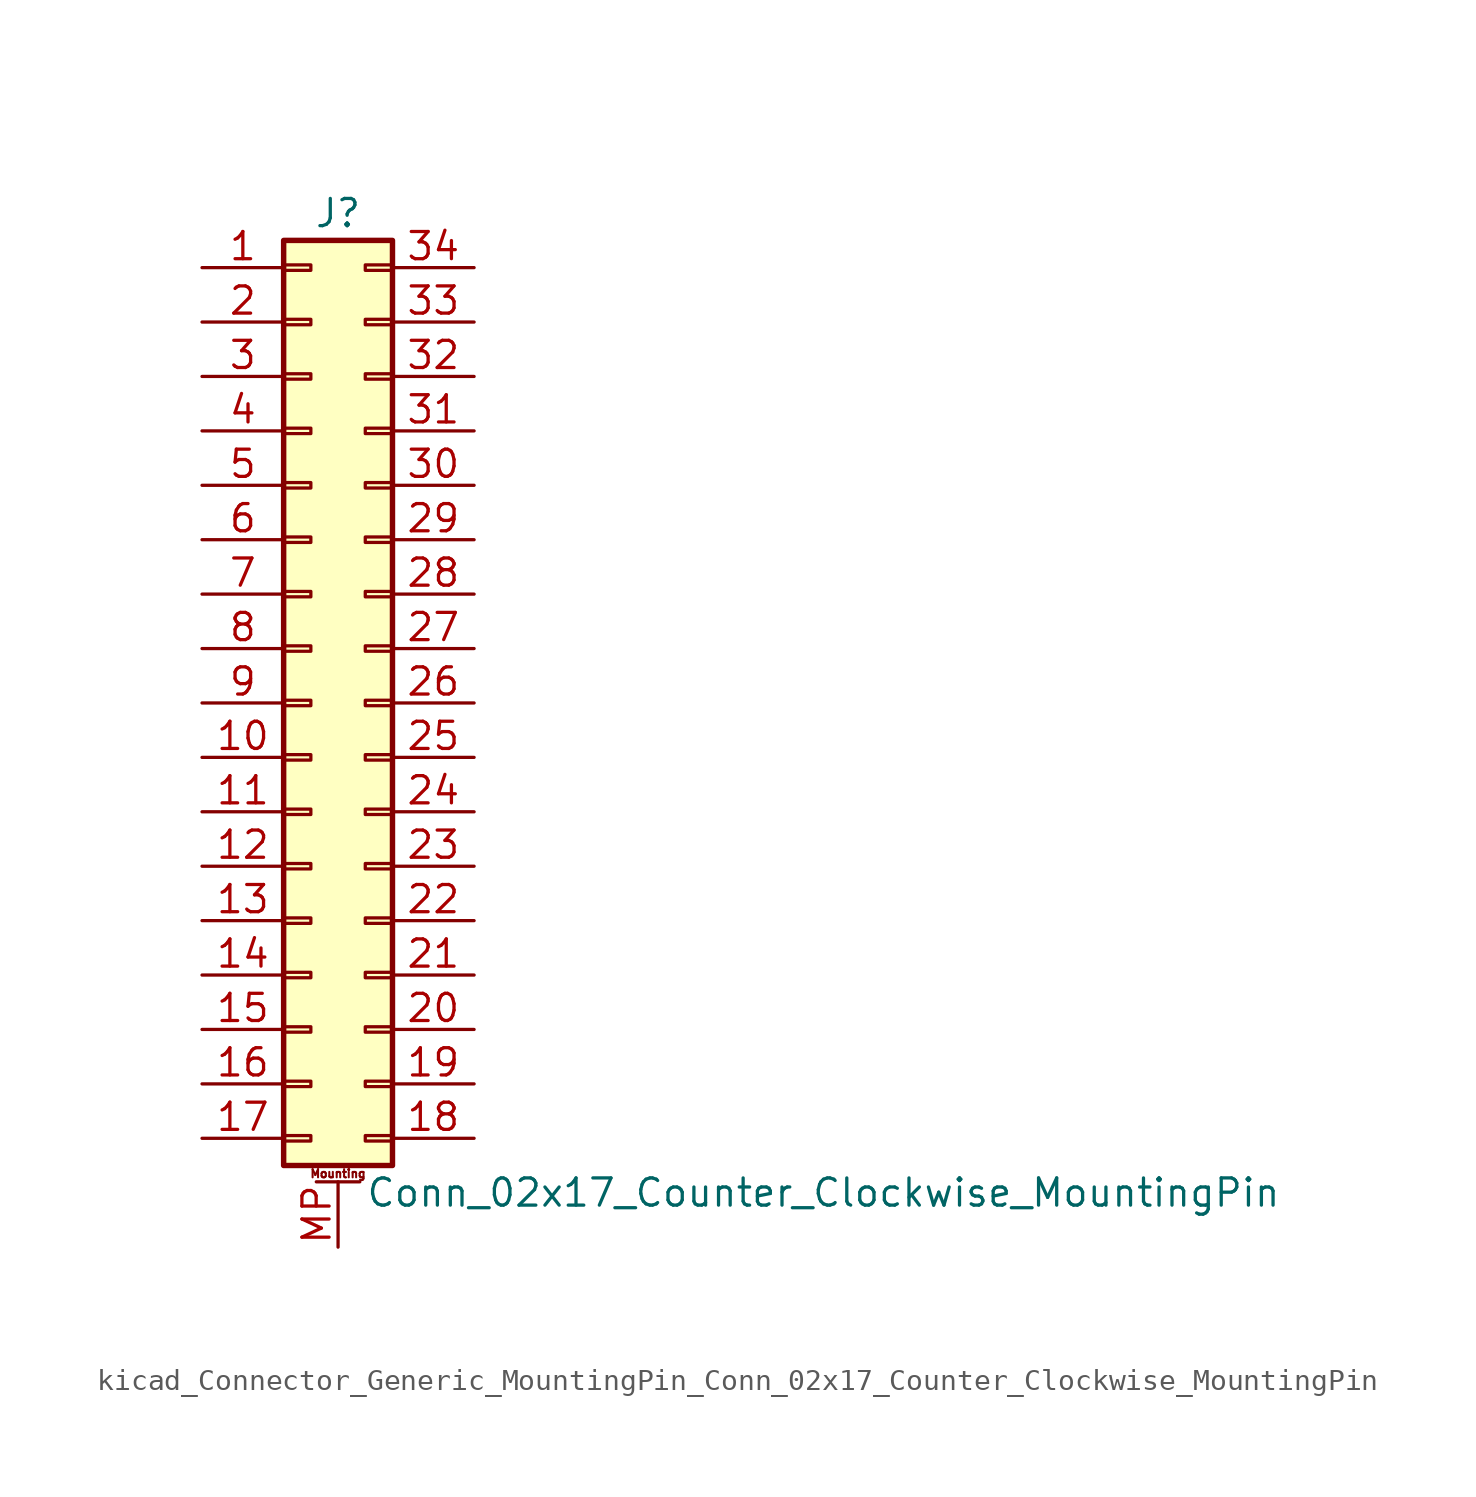
<source format=kicad_sym>
(kicad_symbol_lib
  (version 20220914)
  (generator kicad_symbol_editor)
  (symbol "kicad_Connector_Generic_MountingPin_Conn_02x17_Counter_Clockwise_MountingPin"
    (pin_names
      (offset 1.016) hide)
    (property "Reference" "J"
      (at 1.27 22.86 0)
      (effects (font (size 1.27 1.27))))
    (property "Value" "Conn_02x17_Counter_Clockwise_MountingPin"
      (at 2.54 -22.86 0)
      (effects (font (size 1.27 1.27)) (justify left)))
    (symbol "kicad_Connector_Generic_MountingPin_Conn_02x17_Counter_Clockwise_MountingPin_1_1"
      (rectangle (start -1.27 -20.193) (end 0 -20.447) (stroke (width 0.152) (type default)) (fill (type none)))
      (rectangle (start -1.27 -17.653) (end 0 -17.907) (stroke (width 0.152) (type default)) (fill (type none)))
      (rectangle (start -1.27 -15.113) (end 0 -15.367) (stroke (width 0.152) (type default)) (fill (type none)))
      (rectangle (start -1.27 -12.573) (end 0 -12.827) (stroke (width 0.152) (type default)) (fill (type none)))
      (rectangle (start -1.27 -10.033) (end 0 -10.287) (stroke (width 0.152) (type default)) (fill (type none)))
      (rectangle (start -1.27 -7.493) (end 0 -7.747) (stroke (width 0.152) (type default)) (fill (type none)))
      (rectangle (start -1.27 -4.953) (end 0 -5.207) (stroke (width 0.152) (type default)) (fill (type none)))
      (rectangle (start -1.27 -2.413) (end 0 -2.667) (stroke (width 0.152) (type default)) (fill (type none)))
      (rectangle (start -1.27 0.127) (end 0 -0.127) (stroke (width 0.152) (type default)) (fill (type none)))
      (rectangle (start -1.27 2.667) (end 0 2.413) (stroke (width 0.152) (type default)) (fill (type none)))
      (rectangle (start -1.27 5.207) (end 0 4.953) (stroke (width 0.152) (type default)) (fill (type none)))
      (rectangle (start -1.27 7.747) (end 0 7.493) (stroke (width 0.152) (type default)) (fill (type none)))
      (rectangle (start -1.27 10.287) (end 0 10.033) (stroke (width 0.152) (type default)) (fill (type none)))
      (rectangle (start -1.27 12.827) (end 0 12.573) (stroke (width 0.152) (type default)) (fill (type none)))
      (rectangle (start -1.27 15.367) (end 0 15.113) (stroke (width 0.152) (type default)) (fill (type none)))
      (rectangle (start -1.27 17.907) (end 0 17.653) (stroke (width 0.152) (type default)) (fill (type none)))
      (rectangle (start -1.27 20.447) (end 0 20.193) (stroke (width 0.152) (type default)) (fill (type none)))
      (rectangle (start -1.27 21.59) (end 3.81 -21.59) (stroke (width 0.254) (type default)) (fill (type background)))
      (polyline (pts (xy 0.254 -22.352) (xy 2.286 -22.352)) (stroke (width 0.152) (type default)) (fill (type none)))
      (rectangle (start 3.81 -20.193) (end 2.54 -20.447) (stroke (width 0.152) (type default)) (fill (type none)))
      (rectangle (start 3.81 -17.653) (end 2.54 -17.907) (stroke (width 0.152) (type default)) (fill (type none)))
      (rectangle (start 3.81 -15.113) (end 2.54 -15.367) (stroke (width 0.152) (type default)) (fill (type none)))
      (rectangle (start 3.81 -12.573) (end 2.54 -12.827) (stroke (width 0.152) (type default)) (fill (type none)))
      (rectangle (start 3.81 -10.033) (end 2.54 -10.287) (stroke (width 0.152) (type default)) (fill (type none)))
      (rectangle (start 3.81 -7.493) (end 2.54 -7.747) (stroke (width 0.152) (type default)) (fill (type none)))
      (rectangle (start 3.81 -4.953) (end 2.54 -5.207) (stroke (width 0.152) (type default)) (fill (type none)))
      (rectangle (start 3.81 -2.413) (end 2.54 -2.667) (stroke (width 0.152) (type default)) (fill (type none)))
      (rectangle (start 3.81 0.127) (end 2.54 -0.127) (stroke (width 0.152) (type default)) (fill (type none)))
      (rectangle (start 3.81 2.667) (end 2.54 2.413) (stroke (width 0.152) (type default)) (fill (type none)))
      (rectangle (start 3.81 5.207) (end 2.54 4.953) (stroke (width 0.152) (type default)) (fill (type none)))
      (rectangle (start 3.81 7.747) (end 2.54 7.493) (stroke (width 0.152) (type default)) (fill (type none)))
      (rectangle (start 3.81 10.287) (end 2.54 10.033) (stroke (width 0.152) (type default)) (fill (type none)))
      (rectangle (start 3.81 12.827) (end 2.54 12.573) (stroke (width 0.152) (type default)) (fill (type none)))
      (rectangle (start 3.81 15.367) (end 2.54 15.113) (stroke (width 0.152) (type default)) (fill (type none)))
      (rectangle (start 3.81 17.907) (end 2.54 17.653) (stroke (width 0.152) (type default)) (fill (type none)))
      (rectangle (start 3.81 20.447) (end 2.54 20.193) (stroke (width 0.152) (type default)) (fill (type none)))
      (text "Mounting" (at 1.27 -21.971 0) (effects (font (size 0.381 0.381))))
      (pin passive line (at -5.08 20.32 0) (length 3.81) (name "Pin_1" (effects (font (size 1.27 1.27)))) (number "1" (effects (font (size 1.27 1.27)))))
      (pin passive line (at -5.08 -2.54 0) (length 3.81) (name "Pin_10" (effects (font (size 1.27 1.27)))) (number "10" (effects (font (size 1.27 1.27)))))
      (pin passive line (at -5.08 -5.08 0) (length 3.81) (name "Pin_11" (effects (font (size 1.27 1.27)))) (number "11" (effects (font (size 1.27 1.27)))))
      (pin passive line (at -5.08 -7.62 0) (length 3.81) (name "Pin_12" (effects (font (size 1.27 1.27)))) (number "12" (effects (font (size 1.27 1.27)))))
      (pin passive line (at -5.08 -10.16 0) (length 3.81) (name "Pin_13" (effects (font (size 1.27 1.27)))) (number "13" (effects (font (size 1.27 1.27)))))
      (pin passive line (at -5.08 -12.7 0) (length 3.81) (name "Pin_14" (effects (font (size 1.27 1.27)))) (number "14" (effects (font (size 1.27 1.27)))))
      (pin passive line (at -5.08 -15.24 0) (length 3.81) (name "Pin_15" (effects (font (size 1.27 1.27)))) (number "15" (effects (font (size 1.27 1.27)))))
      (pin passive line (at -5.08 -17.78 0) (length 3.81) (name "Pin_16" (effects (font (size 1.27 1.27)))) (number "16" (effects (font (size 1.27 1.27)))))
      (pin passive line (at -5.08 -20.32 0) (length 3.81) (name "Pin_17" (effects (font (size 1.27 1.27)))) (number "17" (effects (font (size 1.27 1.27)))))
      (pin passive line (at 7.62 -20.32 180) (length 3.81) (name "Pin_18" (effects (font (size 1.27 1.27)))) (number "18" (effects (font (size 1.27 1.27)))))
      (pin passive line (at 7.62 -17.78 180) (length 3.81) (name "Pin_19" (effects (font (size 1.27 1.27)))) (number "19" (effects (font (size 1.27 1.27)))))
      (pin passive line (at -5.08 17.78 0) (length 3.81) (name "Pin_2" (effects (font (size 1.27 1.27)))) (number "2" (effects (font (size 1.27 1.27)))))
      (pin passive line (at 7.62 -15.24 180) (length 3.81) (name "Pin_20" (effects (font (size 1.27 1.27)))) (number "20" (effects (font (size 1.27 1.27)))))
      (pin passive line (at 7.62 -12.7 180) (length 3.81) (name "Pin_21" (effects (font (size 1.27 1.27)))) (number "21" (effects (font (size 1.27 1.27)))))
      (pin passive line (at 7.62 -10.16 180) (length 3.81) (name "Pin_22" (effects (font (size 1.27 1.27)))) (number "22" (effects (font (size 1.27 1.27)))))
      (pin passive line (at 7.62 -7.62 180) (length 3.81) (name "Pin_23" (effects (font (size 1.27 1.27)))) (number "23" (effects (font (size 1.27 1.27)))))
      (pin passive line (at 7.62 -5.08 180) (length 3.81) (name "Pin_24" (effects (font (size 1.27 1.27)))) (number "24" (effects (font (size 1.27 1.27)))))
      (pin passive line (at 7.62 -2.54 180) (length 3.81) (name "Pin_25" (effects (font (size 1.27 1.27)))) (number "25" (effects (font (size 1.27 1.27)))))
      (pin passive line (at 7.62 0 180) (length 3.81) (name "Pin_26" (effects (font (size 1.27 1.27)))) (number "26" (effects (font (size 1.27 1.27)))))
      (pin passive line (at 7.62 2.54 180) (length 3.81) (name "Pin_27" (effects (font (size 1.27 1.27)))) (number "27" (effects (font (size 1.27 1.27)))))
      (pin passive line (at 7.62 5.08 180) (length 3.81) (name "Pin_28" (effects (font (size 1.27 1.27)))) (number "28" (effects (font (size 1.27 1.27)))))
      (pin passive line (at 7.62 7.62 180) (length 3.81) (name "Pin_29" (effects (font (size 1.27 1.27)))) (number "29" (effects (font (size 1.27 1.27)))))
      (pin passive line (at -5.08 15.24 0) (length 3.81) (name "Pin_3" (effects (font (size 1.27 1.27)))) (number "3" (effects (font (size 1.27 1.27)))))
      (pin passive line (at 7.62 10.16 180) (length 3.81) (name "Pin_30" (effects (font (size 1.27 1.27)))) (number "30" (effects (font (size 1.27 1.27)))))
      (pin passive line (at 7.62 12.7 180) (length 3.81) (name "Pin_31" (effects (font (size 1.27 1.27)))) (number "31" (effects (font (size 1.27 1.27)))))
      (pin passive line (at 7.62 15.24 180) (length 3.81) (name "Pin_32" (effects (font (size 1.27 1.27)))) (number "32" (effects (font (size 1.27 1.27)))))
      (pin passive line (at 7.62 17.78 180) (length 3.81) (name "Pin_33" (effects (font (size 1.27 1.27)))) (number "33" (effects (font (size 1.27 1.27)))))
      (pin passive line (at 7.62 20.32 180) (length 3.81) (name "Pin_34" (effects (font (size 1.27 1.27)))) (number "34" (effects (font (size 1.27 1.27)))))
      (pin passive line (at -5.08 12.7 0) (length 3.81) (name "Pin_4" (effects (font (size 1.27 1.27)))) (number "4" (effects (font (size 1.27 1.27)))))
      (pin passive line (at -5.08 10.16 0) (length 3.81) (name "Pin_5" (effects (font (size 1.27 1.27)))) (number "5" (effects (font (size 1.27 1.27)))))
      (pin passive line (at -5.08 7.62 0) (length 3.81) (name "Pin_6" (effects (font (size 1.27 1.27)))) (number "6" (effects (font (size 1.27 1.27)))))
      (pin passive line (at -5.08 5.08 0) (length 3.81) (name "Pin_7" (effects (font (size 1.27 1.27)))) (number "7" (effects (font (size 1.27 1.27)))))
      (pin passive line (at -5.08 2.54 0) (length 3.81) (name "Pin_8" (effects (font (size 1.27 1.27)))) (number "8" (effects (font (size 1.27 1.27)))))
      (pin passive line (at -5.08 0 0) (length 3.81) (name "Pin_9" (effects (font (size 1.27 1.27)))) (number "9" (effects (font (size 1.27 1.27)))))
      (pin passive line (at 1.27 -25.4 90) (length 3.048) (name "MountPin" (effects (font (size 1.27 1.27)))) (number "MP" (effects (font (size 1.27 1.27))))))))
</source>
